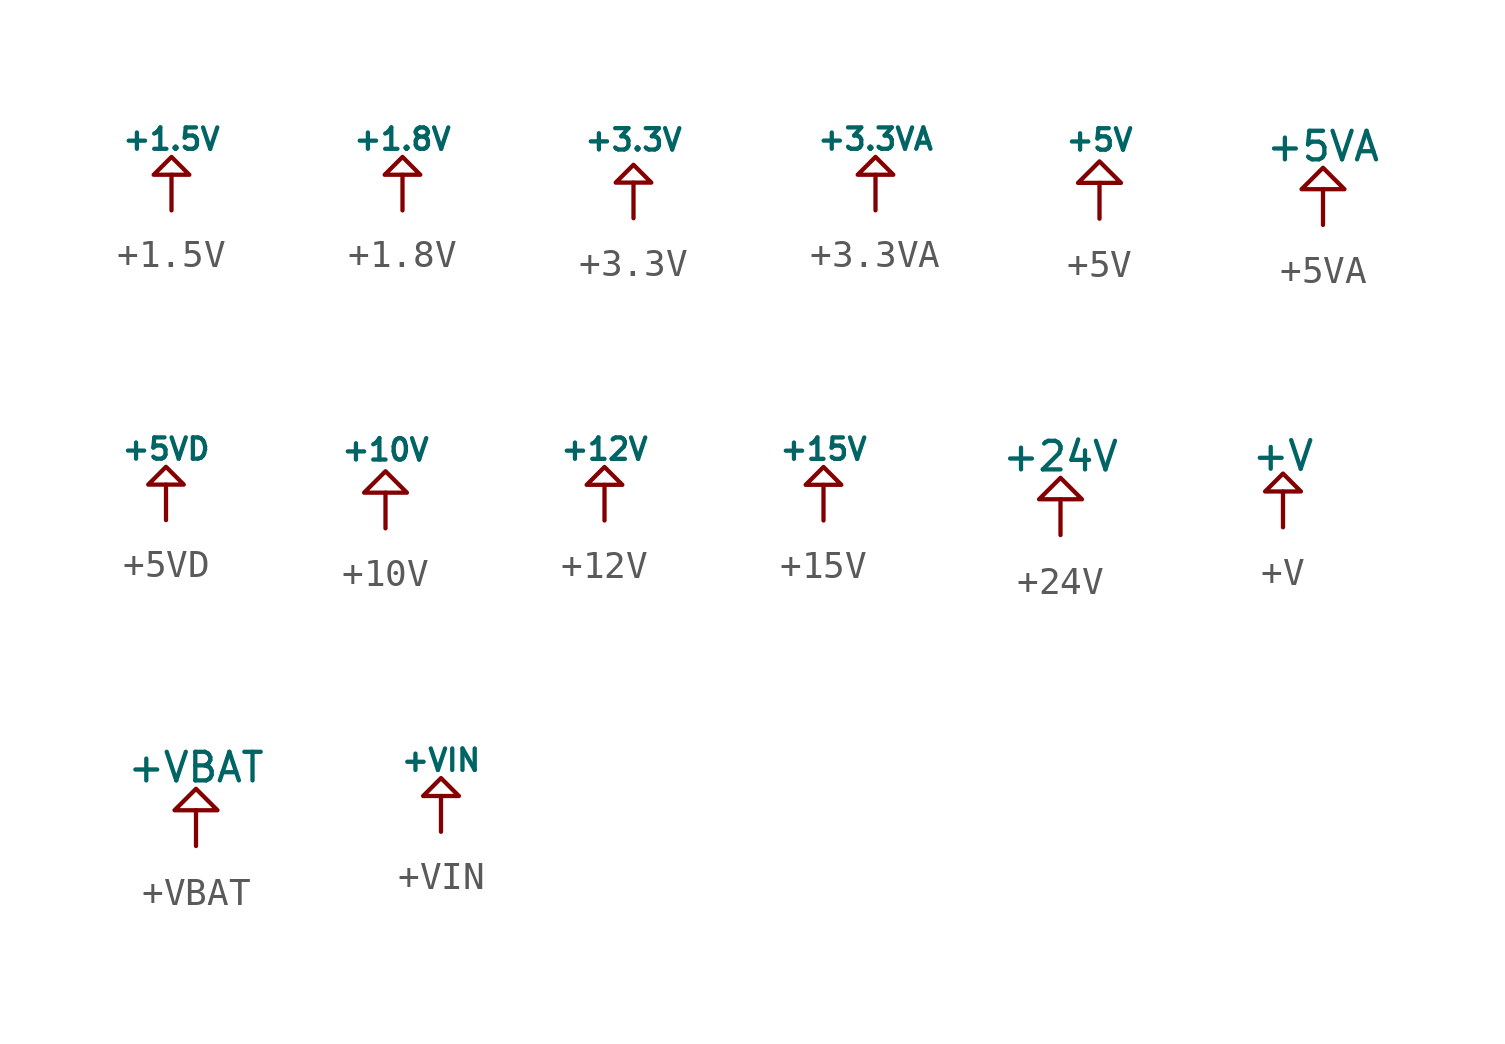
<source format=kicad_sym>
(kicad_symbol_lib
  (version 20201005)
  (generator kicad_symbol_editor)
  (symbol "+1.5V"
    (power)
    (pin_names
      (offset 0))
    (property "Reference" "#PWR"
      (at 0 -1.905 0)
      (effects (font (size 0.762 0.762)) hide))
    (property "Value" "+1.5V"
      (at 0 2.54 0)
      (effects (font (size 0.762 0.762))))
    (property "Footprint" ""
      (at 0 0 0)
      (effects (font (size 1.524 1.524))))
    (property "Datasheet" ""
      (at 0 0 0)
      (effects (font (size 1.524 1.524))))
    (symbol "+1.5V_0_0"
      (pin power_in line (at 0 0 180) (length 0) hide (name "+1.5V" (effects (font (size 0.762 0.762)))) (number "1" (effects (font (size 0.762 0.762))))))
    (symbol "+1.5V_0_1"
      (polyline (pts (xy 0 1.27) (xy 0 0)) (stroke (width 0)) (fill (type none)))
      (polyline (pts (xy 0 1.27) (xy -0.635 1.27) (xy 0 1.905) (xy 0.635 1.27) (xy 0 1.27)) (stroke (width 0)) (fill (type none)))))
  (symbol "+1.8V"
    (power)
    (pin_names
      (offset 0))
    (property "Reference" "#PWR"
      (at 0 -1.905 0)
      (effects (font (size 0.762 0.762)) hide))
    (property "Value" "+1.8V"
      (at 0 2.54 0)
      (effects (font (size 0.762 0.762))))
    (property "Footprint" ""
      (at 0 0 0)
      (effects (font (size 1.524 1.524))))
    (property "Datasheet" ""
      (at 0 0 0)
      (effects (font (size 1.524 1.524))))
    (symbol "+1.8V_0_0"
      (pin power_in line (at 0 0 180) (length 0) hide (name "+1.8V" (effects (font (size 0.762 0.762)))) (number "1" (effects (font (size 0.762 0.762))))))
    (symbol "+1.8V_0_1"
      (polyline (pts (xy 0 1.27) (xy 0 0)) (stroke (width 0)) (fill (type none)))
      (polyline (pts (xy 0 1.27) (xy -0.635 1.27) (xy 0 1.905) (xy 0.635 1.27) (xy 0 1.27)) (stroke (width 0)) (fill (type none)))))
  (symbol "+3.3V"
    (power)
    (pin_names
      (offset 0))
    (property "Reference" "#PWR"
      (at 0 -1.905 0)
      (effects (font (size 0.762 0.762)) hide))
    (property "Value" "+3.3V"
      (at 0 2.794 0)
      (effects (font (size 0.762 0.762))))
    (property "Footprint" ""
      (at 0 0 0)
      (effects (font (size 1.524 1.524))))
    (property "Datasheet" ""
      (at 0 0 0)
      (effects (font (size 1.524 1.524))))
    (symbol "+3.3V_0_0"
      (pin power_in line (at 0 0 180) (length 0) hide (name "+3.3V" (effects (font (size 0.762 0.762)))) (number "1" (effects (font (size 0.762 0.762))))))
    (symbol "+3.3V_0_1"
      (polyline (pts (xy 0 1.27) (xy 0 0)) (stroke (width 0)) (fill (type none)))
      (polyline (pts (xy 0 1.27) (xy -0.635 1.27) (xy 0 1.905) (xy 0.635 1.27) (xy 0 1.27)) (stroke (width 0)) (fill (type none)))))
  (symbol "+3.3VA"
    (power)
    (pin_names
      (offset 0))
    (property "Reference" "#PWR"
      (at 0 -1.905 0)
      (effects (font (size 0.762 0.762)) hide))
    (property "Value" "+3.3VA"
      (at 0 2.54 0)
      (effects (font (size 0.762 0.762))))
    (property "Footprint" ""
      (at 0 0 0)
      (effects (font (size 1.524 1.524))))
    (property "Datasheet" ""
      (at 0 0 0)
      (effects (font (size 1.524 1.524))))
    (symbol "+3.3VA_0_0"
      (pin power_in line (at 0 0 180) (length 0) hide (name "+3.3VA" (effects (font (size 0.762 0.762)))) (number "1" (effects (font (size 0.762 0.762))))))
    (symbol "+3.3VA_0_1"
      (polyline (pts (xy 0 1.27) (xy 0 0)) (stroke (width 0)) (fill (type none)))
      (polyline (pts (xy 0 1.27) (xy -0.635 1.27) (xy 0 1.905) (xy 0.635 1.27) (xy 0 1.27)) (stroke (width 0)) (fill (type none)))))
  (symbol "+5V"
    (power)
    (pin_names
      (offset 0))
    (property "Reference" "#PWR"
      (at 0 -1.905 0)
      (effects (font (size 0.762 0.762)) hide))
    (property "Value" "+5V"
      (at 0 2.794 0)
      (effects (font (size 0.762 0.762))))
    (property "Footprint" ""
      (at 0 0 0)
      (effects (font (size 1.524 1.524))))
    (property "Datasheet" ""
      (at 0 0 0)
      (effects (font (size 1.524 1.524))))
    (symbol "+5V_0_0"
      (pin power_in line (at 0 0 180) (length 0) hide (name "+5V" (effects (font (size 0.762 0.762)))) (number "1" (effects (font (size 0.762 0.762))))))
    (symbol "+5V_0_1"
      (polyline (pts (xy 0 1.27) (xy 0 0)) (stroke (width 0)) (fill (type none)))
      (polyline (pts (xy 0 1.27) (xy -0.762 1.27) (xy 0 2.032) (xy 0.762 1.27) (xy 0 1.27)) (stroke (width 0)) (fill (type none)))))
  (symbol "+5VA"
    (power)
    (pin_names
      (offset 0))
    (property "Reference" "#PWR"
      (at 0 -1.905 0)
      (effects (font (size 0.762 0.762)) hide))
    (property "Value" "+5VA"
      (at 0 2.794 0)
      (effects (font (size 1.016 1.016))))
    (property "Footprint" ""
      (at 0 0 0)
      (effects (font (size 1.524 1.524))))
    (property "Datasheet" ""
      (at 0 0 0)
      (effects (font (size 1.524 1.524))))
    (symbol "+5VA_0_0"
      (pin power_in line (at 0 0 180) (length 0) hide (name "+5VA" (effects (font (size 0.762 0.762)))) (number "1" (effects (font (size 0.762 0.762))))))
    (symbol "+5VA_0_1"
      (polyline (pts (xy 0 1.27) (xy 0 0)) (stroke (width 0)) (fill (type none)))
      (polyline (pts (xy 0 1.27) (xy -0.762 1.27) (xy 0 2.032) (xy 0.762 1.27) (xy 0 1.27)) (stroke (width 0)) (fill (type none)))))
  (symbol "+5VD"
    (power)
    (pin_names
      (offset 0))
    (property "Reference" "#PWR"
      (at 0 -1.905 0)
      (effects (font (size 0.762 0.762)) hide))
    (property "Value" "+5VD"
      (at 0 2.54 0)
      (effects (font (size 0.762 0.762))))
    (property "Footprint" ""
      (at 0 0 0)
      (effects (font (size 1.524 1.524))))
    (property "Datasheet" ""
      (at 0 0 0)
      (effects (font (size 1.524 1.524))))
    (symbol "+5VD_0_0"
      (pin power_in line (at 0 0 180) (length 0) hide (name "+5VD" (effects (font (size 0.762 0.762)))) (number "1" (effects (font (size 0.762 0.762))))))
    (symbol "+5VD_0_1"
      (polyline (pts (xy 0 1.27) (xy 0 0)) (stroke (width 0)) (fill (type none)))
      (polyline (pts (xy 0 1.27) (xy -0.635 1.27) (xy 0 1.905) (xy 0.635 1.27) (xy 0 1.27)) (stroke (width 0)) (fill (type none)))))
  (symbol "+10V"
    (power)
    (pin_names
      (offset 0))
    (property "Reference" "#PWR"
      (at 0 -1.905 0)
      (effects (font (size 0.762 0.762)) hide))
    (property "Value" "+10V"
      (at 0 2.794 0)
      (effects (font (size 0.762 0.762))))
    (property "Footprint" ""
      (at 0 0 0)
      (effects (font (size 1.524 1.524))))
    (property "Datasheet" ""
      (at 0 0 0)
      (effects (font (size 1.524 1.524))))
    (symbol "+10V_0_0"
      (pin power_in line (at 0 0 180) (length 0) hide (name "+10V" (effects (font (size 0.762 0.762)))) (number "1" (effects (font (size 0.762 0.762))))))
    (symbol "+10V_0_1"
      (polyline (pts (xy 0 1.27) (xy 0 0)) (stroke (width 0)) (fill (type none)))
      (polyline (pts (xy 0 1.27) (xy -0.762 1.27) (xy 0 2.032) (xy 0.762 1.27) (xy 0 1.27)) (stroke (width 0)) (fill (type none)))))
  (symbol "+12V"
    (power)
    (pin_names
      (offset 0))
    (property "Reference" "#PWR"
      (at 0 -1.905 0)
      (effects (font (size 0.762 0.762)) hide))
    (property "Value" "+12V"
      (at 0 2.54 0)
      (effects (font (size 0.762 0.762))))
    (property "Footprint" ""
      (at 0 0 0)
      (effects (font (size 1.524 1.524))))
    (property "Datasheet" ""
      (at 0 0 0)
      (effects (font (size 1.524 1.524))))
    (symbol "+12V_0_0"
      (pin power_in line (at 0 0 180) (length 0) hide (name "+12V" (effects (font (size 0.762 0.762)))) (number "1" (effects (font (size 0.762 0.762))))))
    (symbol "+12V_0_1"
      (polyline (pts (xy 0 1.27) (xy 0 0)) (stroke (width 0)) (fill (type none)))
      (polyline (pts (xy 0 1.27) (xy -0.635 1.27) (xy 0 1.905) (xy 0.635 1.27) (xy 0 1.27)) (stroke (width 0)) (fill (type none)))))
  (symbol "+15V"
    (power)
    (pin_names
      (offset 0))
    (property "Reference" "#PWR"
      (at 0 -1.905 0)
      (effects (font (size 0.762 0.762)) hide))
    (property "Value" "+15V"
      (at 0 2.54 0)
      (effects (font (size 0.762 0.762))))
    (property "Footprint" ""
      (at 0 0 0)
      (effects (font (size 1.524 1.524))))
    (property "Datasheet" ""
      (at 0 0 0)
      (effects (font (size 1.524 1.524))))
    (symbol "+15V_0_0"
      (pin power_in line (at 0 0 180) (length 0) hide (name "+15V" (effects (font (size 0.762 0.762)))) (number "1" (effects (font (size 0.762 0.762))))))
    (symbol "+15V_0_1"
      (polyline (pts (xy 0 1.27) (xy 0 0)) (stroke (width 0)) (fill (type none)))
      (polyline (pts (xy 0 1.27) (xy -0.635 1.27) (xy 0 1.905) (xy 0.635 1.27) (xy 0 1.27)) (stroke (width 0)) (fill (type none)))))
  (symbol "+24V"
    (power)
    (pin_names
      (offset 0))
    (property "Reference" "#PWR"
      (at 0 -1.905 0)
      (effects (font (size 0.762 0.762)) hide))
    (property "Value" "+24V"
      (at 0 2.794 0)
      (effects (font (size 1.016 1.016))))
    (property "Footprint" ""
      (at 0 0 0)
      (effects (font (size 1.524 1.524))))
    (property "Datasheet" ""
      (at 0 0 0)
      (effects (font (size 1.524 1.524))))
    (symbol "+24V_0_0"
      (pin power_in line (at 0 0 180) (length 0) hide (name "+24V" (effects (font (size 0.762 0.762)))) (number "1" (effects (font (size 0.762 0.762))))))
    (symbol "+24V_0_1"
      (polyline (pts (xy 0 1.27) (xy 0 0)) (stroke (width 0)) (fill (type none)))
      (polyline (pts (xy 0 1.27) (xy -0.762 1.27) (xy 0 2.032) (xy 0.762 1.27) (xy 0 1.27)) (stroke (width 0)) (fill (type none)))))
  (symbol "+V"
    (power)
    (pin_names
      (offset 0))
    (property "Reference" "#PWR"
      (at 0 -1.905 0)
      (effects (font (size 0.762 0.762)) hide))
    (property "Value" "+V"
      (at 0 2.54 0)
      (effects (font (size 1.016 1.016))))
    (property "Footprint" ""
      (at 0 0 0)
      (effects (font (size 1.524 1.524))))
    (property "Datasheet" ""
      (at 0 0 0)
      (effects (font (size 1.524 1.524))))
    (symbol "+V_0_0"
      (pin power_in line (at 0 0 180) (length 0) hide (name "+V" (effects (font (size 0.762 0.762)))) (number "1" (effects (font (size 0.762 0.762))))))
    (symbol "+V_0_1"
      (polyline (pts (xy 0 1.27) (xy 0 0)) (stroke (width 0)) (fill (type none)))
      (polyline (pts (xy 0 1.27) (xy -0.635 1.27) (xy 0 1.905) (xy 0.635 1.27) (xy 0 1.27)) (stroke (width 0)) (fill (type none)))))
  (symbol "+VBAT"
    (power)
    (pin_names
      (offset 0))
    (property "Reference" "#PWR"
      (at 0 -1.905 0)
      (effects (font (size 0.762 0.762)) hide))
    (property "Value" "+VBAT"
      (at 0 2.794 0)
      (effects (font (size 1.016 1.016))))
    (property "Footprint" ""
      (at 0 0 0)
      (effects (font (size 1.524 1.524))))
    (property "Datasheet" ""
      (at 0 0 0)
      (effects (font (size 1.524 1.524))))
    (symbol "+VBAT_0_0"
      (pin power_in line (at 0 0 180) (length 0) hide (name "+VBAT" (effects (font (size 0.762 0.762)))) (number "1" (effects (font (size 0.762 0.762))))))
    (symbol "+VBAT_0_1"
      (polyline (pts (xy 0 1.27) (xy 0 0)) (stroke (width 0)) (fill (type none)))
      (polyline (pts (xy 0 1.27) (xy -0.762 1.27) (xy 0 2.032) (xy 0.762 1.27) (xy 0 1.27)) (stroke (width 0)) (fill (type none)))))
  (symbol "+VIN"
    (power)
    (pin_names
      (offset 0))
    (property "Reference" "#PWR"
      (at 0 -1.905 0)
      (effects (font (size 0.762 0.762)) hide))
    (property "Value" "+VIN"
      (at 0 2.54 0)
      (effects (font (size 0.762 0.762))))
    (property "Footprint" ""
      (at 0 0 0)
      (effects (font (size 1.524 1.524))))
    (property "Datasheet" ""
      (at 0 0 0)
      (effects (font (size 1.524 1.524))))
    (symbol "+VIN_0_0"
      (pin power_in line (at 0 0 180) (length 0) hide (name "+VIN" (effects (font (size 0.762 0.762)))) (number "1" (effects (font (size 0.762 0.762))))))
    (symbol "+VIN_0_1"
      (polyline (pts (xy 0 1.27) (xy 0 0)) (stroke (width 0)) (fill (type none)))
      (polyline (pts (xy 0 1.27) (xy -0.635 1.27) (xy 0 1.905) (xy 0.635 1.27) (xy 0 1.27)) (stroke (width 0)) (fill (type none))))))
</source>
